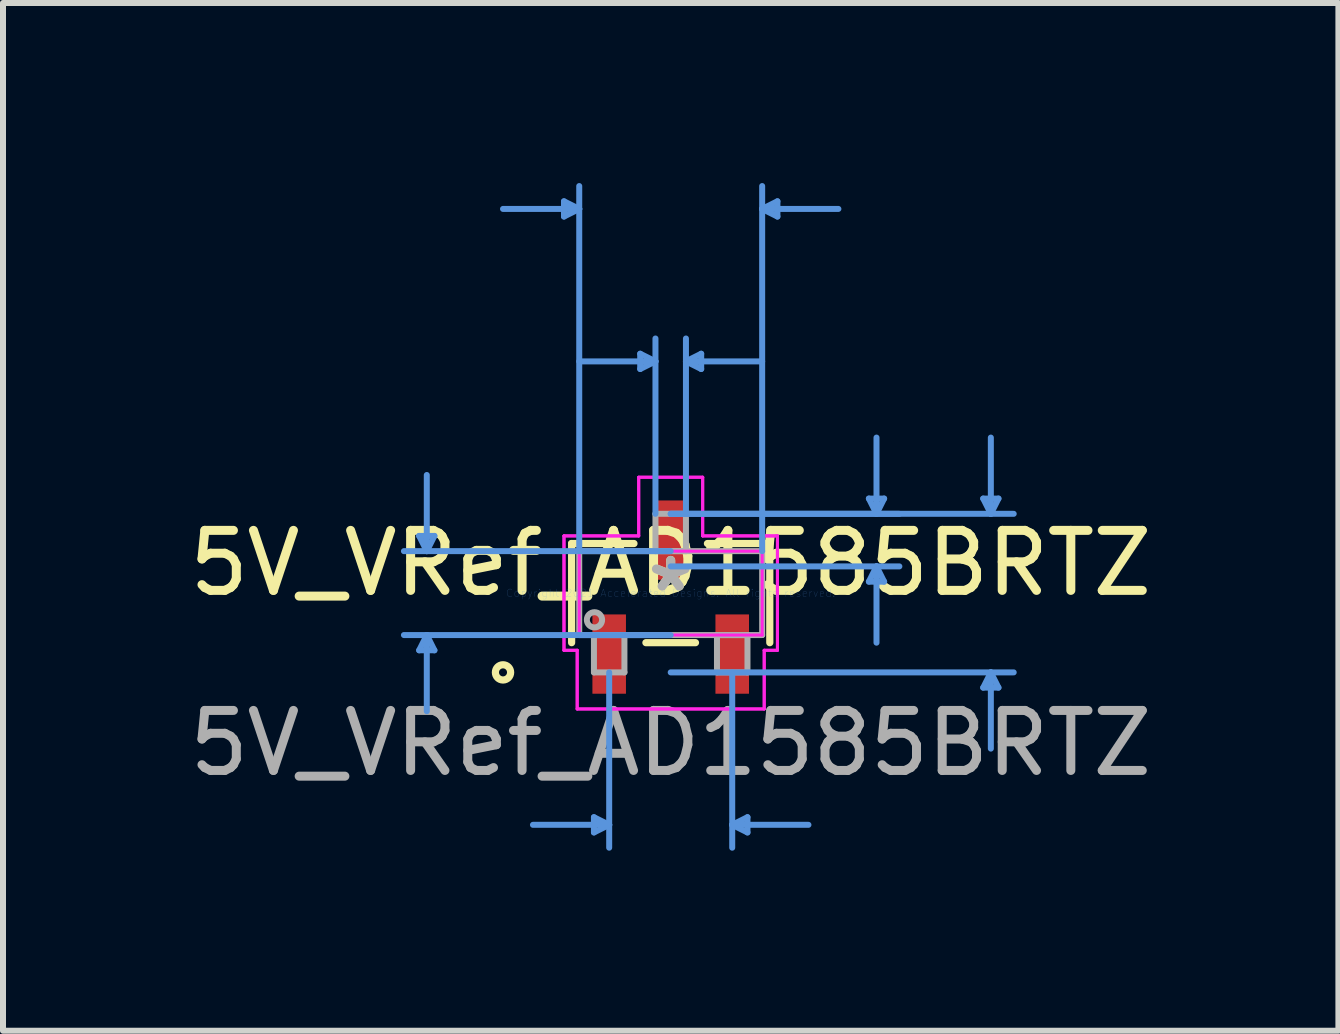
<source format=kicad_pcb>
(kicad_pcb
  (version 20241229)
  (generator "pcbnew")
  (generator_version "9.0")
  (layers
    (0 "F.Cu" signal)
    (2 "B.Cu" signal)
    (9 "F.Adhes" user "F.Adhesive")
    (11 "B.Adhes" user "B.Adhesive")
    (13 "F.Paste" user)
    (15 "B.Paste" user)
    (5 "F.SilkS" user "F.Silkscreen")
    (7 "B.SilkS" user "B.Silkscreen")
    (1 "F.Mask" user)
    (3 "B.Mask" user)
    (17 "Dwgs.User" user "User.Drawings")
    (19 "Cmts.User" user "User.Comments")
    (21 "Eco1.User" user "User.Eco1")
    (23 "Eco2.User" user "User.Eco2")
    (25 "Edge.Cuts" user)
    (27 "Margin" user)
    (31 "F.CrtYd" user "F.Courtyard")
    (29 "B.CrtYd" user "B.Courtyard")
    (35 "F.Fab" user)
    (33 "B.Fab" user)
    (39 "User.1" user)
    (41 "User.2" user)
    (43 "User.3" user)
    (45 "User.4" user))
  (footprint "5V_VRef_AD1585BRTZ"
    (layer "F.Cu")
    (at 8.125 6.832)
    (property "Reference" "5V_VRef_AD1585BRTZ" (at 0 -0.5 0) (unlocked yes) (layer "F.SilkS") (effects (font (size 1 1) (thickness 0.15))))
    (attr smd)
    (fp_line (start -1.651 -0.826) (end -1.651 0.826) (stroke (width 0.12) (type solid)) (layer "F.SilkS"))
    (fp_line (start -0.612 -0.826) (end -1.651 -0.826) (stroke (width 0.12) (type solid)) (layer "F.SilkS"))
    (fp_line (start -0.413 0.826) (end 0.413 0.826) (stroke (width 0.12) (type solid)) (layer "F.SilkS"))
    (fp_line (start 1.651 -0.826) (end 0.612 -0.826) (stroke (width 0.12) (type solid)) (layer "F.SilkS"))
    (fp_line (start 1.651 0.826) (end 1.651 -0.826) (stroke (width 0.12) (type solid)) (layer "F.SilkS"))
    (fp_circle (center -2.794 1.321) (end -2.667 1.321) (stroke (width 0.12) (type solid)) (fill no) (layer "F.SilkS"))
    (fp_line (start -4.191 -0.953) (end -3.937 -0.953) (stroke (width 0.1) (type solid)) (layer "Cmts.User"))
    (fp_line (start -4.191 0.953) (end -3.937 0.953) (stroke (width 0.1) (type solid)) (layer "Cmts.User"))
    (fp_line (start -4.064 -0.699) (end -4.191 -0.953) (stroke (width 0.1) (type solid)) (layer "Cmts.User"))
    (fp_line (start -4.064 -0.699) (end -4.064 -1.968) (stroke (width 0.1) (type solid)) (layer "Cmts.User"))
    (fp_line (start -4.064 -0.699) (end -3.937 -0.953) (stroke (width 0.1) (type solid)) (layer "Cmts.User"))
    (fp_line (start -4.064 0.699) (end -4.191 0.953) (stroke (width 0.1) (type solid)) (layer "Cmts.User"))
    (fp_line (start -4.064 0.699) (end -4.064 1.968) (stroke (width 0.1) (type solid)) (layer "Cmts.User"))
    (fp_line (start -4.064 0.699) (end -3.937 0.953) (stroke (width 0.1) (type solid)) (layer "Cmts.User"))
    (fp_line (start -1.778 -6.528) (end -1.778 -6.274) (stroke (width 0.1) (type solid)) (layer "Cmts.User"))
    (fp_line (start -1.524 -6.401) (end -2.794 -6.401) (stroke (width 0.1) (type solid)) (layer "Cmts.User"))
    (fp_line (start -1.524 -6.401) (end -1.778 -6.528) (stroke (width 0.1) (type solid)) (layer "Cmts.User"))
    (fp_line (start -1.524 -6.401) (end -1.778 -6.274) (stroke (width 0.1) (type solid)) (layer "Cmts.User"))
    (fp_line (start -1.524 -0.699) (end -1.524 -6.782) (stroke (width 0.1) (type solid)) (layer "Cmts.User"))
    (fp_line (start -1.279 3.734) (end -1.279 3.988) (stroke (width 0.1) (type solid)) (layer "Cmts.User"))
    (fp_line (start -1.025 1.321) (end -1.025 4.242) (stroke (width 0.1) (type solid)) (layer "Cmts.User"))
    (fp_line (start -1.025 3.861) (end -2.295 3.861) (stroke (width 0.1) (type solid)) (layer "Cmts.User"))
    (fp_line (start -1.025 3.861) (end -1.279 3.734) (stroke (width 0.1) (type solid)) (layer "Cmts.User"))
    (fp_line (start -1.025 3.861) (end -1.279 3.988) (stroke (width 0.1) (type solid)) (layer "Cmts.User"))
    (fp_line (start -0.508 -3.988) (end -0.508 -3.734) (stroke (width 0.1) (type solid)) (layer "Cmts.User"))
    (fp_line (start -0.254 -3.861) (end -1.524 -3.861) (stroke (width 0.1) (type solid)) (layer "Cmts.User"))
    (fp_line (start -0.254 -3.861) (end -0.508 -3.988) (stroke (width 0.1) (type solid)) (layer "Cmts.User"))
    (fp_line (start -0.254 -3.861) (end -0.508 -3.734) (stroke (width 0.1) (type solid)) (layer "Cmts.User"))
    (fp_line (start -0.254 -1.321) (end -0.254 -4.242) (stroke (width 0.1) (type solid)) (layer "Cmts.User"))
    (fp_line (start 0 -1.321) (end 3.81 -1.321) (stroke (width 0.1) (type solid)) (layer "Cmts.User"))
    (fp_line (start 0 -1.321) (end 5.715 -1.321) (stroke (width 0.1) (type solid)) (layer "Cmts.User"))
    (fp_line (start 0 -0.699) (end -4.445 -0.699) (stroke (width 0.1) (type solid)) (layer "Cmts.User"))
    (fp_line (start 0 -0.445) (end 3.81 -0.445) (stroke (width 0.1) (type solid)) (layer "Cmts.User"))
    (fp_line (start 0 0.699) (end -4.445 0.699) (stroke (width 0.1) (type solid)) (layer "Cmts.User"))
    (fp_line (start 0 1.321) (end 5.715 1.321) (stroke (width 0.1) (type solid)) (layer "Cmts.User"))
    (fp_line (start 0.254 -3.861) (end 0.508 -3.988) (stroke (width 0.1) (type solid)) (layer "Cmts.User"))
    (fp_line (start 0.254 -3.861) (end 0.508 -3.734) (stroke (width 0.1) (type solid)) (layer "Cmts.User"))
    (fp_line (start 0.254 -3.861) (end 1.524 -3.861) (stroke (width 0.1) (type solid)) (layer "Cmts.User"))
    (fp_line (start 0.254 -1.321) (end 0.254 -4.242) (stroke (width 0.1) (type solid)) (layer "Cmts.User"))
    (fp_line (start 0.508 -3.988) (end 0.508 -3.734) (stroke (width 0.1) (type solid)) (layer "Cmts.User"))
    (fp_line (start 1.025 1.321) (end 1.025 4.242) (stroke (width 0.1) (type solid)) (layer "Cmts.User"))
    (fp_line (start 1.025 3.861) (end 1.279 3.734) (stroke (width 0.1) (type solid)) (layer "Cmts.User"))
    (fp_line (start 1.025 3.861) (end 1.279 3.988) (stroke (width 0.1) (type solid)) (layer "Cmts.User"))
    (fp_line (start 1.025 3.861) (end 2.295 3.861) (stroke (width 0.1) (type solid)) (layer "Cmts.User"))
    (fp_line (start 1.279 3.734) (end 1.279 3.988) (stroke (width 0.1) (type solid)) (layer "Cmts.User"))
    (fp_line (start 1.524 -6.401) (end 1.778 -6.528) (stroke (width 0.1) (type solid)) (layer "Cmts.User"))
    (fp_line (start 1.524 -6.401) (end 1.778 -6.274) (stroke (width 0.1) (type solid)) (layer "Cmts.User"))
    (fp_line (start 1.524 -6.401) (end 2.794 -6.401) (stroke (width 0.1) (type solid)) (layer "Cmts.User"))
    (fp_line (start 1.524 -0.699) (end 1.524 -6.782) (stroke (width 0.1) (type solid)) (layer "Cmts.User"))
    (fp_line (start 1.778 -6.528) (end 1.778 -6.274) (stroke (width 0.1) (type solid)) (layer "Cmts.User"))
    (fp_line (start 3.302 -1.575) (end 3.556 -1.575) (stroke (width 0.1) (type solid)) (layer "Cmts.User"))
    (fp_line (start 3.302 -0.191) (end 3.556 -0.191) (stroke (width 0.1) (type solid)) (layer "Cmts.User"))
    (fp_line (start 3.429 -1.321) (end 3.302 -1.575) (stroke (width 0.1) (type solid)) (layer "Cmts.User"))
    (fp_line (start 3.429 -1.321) (end 3.429 -2.591) (stroke (width 0.1) (type solid)) (layer "Cmts.User"))
    (fp_line (start 3.429 -1.321) (end 3.556 -1.575) (stroke (width 0.1) (type solid)) (layer "Cmts.User"))
    (fp_line (start 3.429 -0.445) (end 3.302 -0.191) (stroke (width 0.1) (type solid)) (layer "Cmts.User"))
    (fp_line (start 3.429 -0.445) (end 3.429 0.826) (stroke (width 0.1) (type solid)) (layer "Cmts.User"))
    (fp_line (start 3.429 -0.445) (end 3.556 -0.191) (stroke (width 0.1) (type solid)) (layer "Cmts.User"))
    (fp_line (start 5.207 -1.575) (end 5.461 -1.575) (stroke (width 0.1) (type solid)) (layer "Cmts.User"))
    (fp_line (start 5.207 1.575) (end 5.461 1.575) (stroke (width 0.1) (type solid)) (layer "Cmts.User"))
    (fp_line (start 5.334 -1.321) (end 5.207 -1.575) (stroke (width 0.1) (type solid)) (layer "Cmts.User"))
    (fp_line (start 5.334 -1.321) (end 5.334 -2.591) (stroke (width 0.1) (type solid)) (layer "Cmts.User"))
    (fp_line (start 5.334 -1.321) (end 5.461 -1.575) (stroke (width 0.1) (type solid)) (layer "Cmts.User"))
    (fp_line (start 5.334 1.321) (end 5.207 1.575) (stroke (width 0.1) (type solid)) (layer "Cmts.User"))
    (fp_line (start 5.334 1.321) (end 5.334 2.591) (stroke (width 0.1) (type solid)) (layer "Cmts.User"))
    (fp_line (start 5.334 1.321) (end 5.461 1.575) (stroke (width 0.1) (type solid)) (layer "Cmts.User"))
    (fp_line (start -1.778 -0.953) (end -0.533 -0.953) (stroke (width 0.05) (type solid)) (layer "F.CrtYd"))
    (fp_line (start -1.778 -0.953) (end -0.533 -0.953) (stroke (width 0.05) (type solid)) (layer "F.CrtYd"))
    (fp_line (start -1.778 0.953) (end -1.778 -0.953) (stroke (width 0.05) (type solid)) (layer "F.CrtYd"))
    (fp_line (start -1.778 0.953) (end -1.778 -0.953) (stroke (width 0.05) (type solid)) (layer "F.CrtYd"))
    (fp_line (start -1.778 0.953) (end -1.558 0.953) (stroke (width 0.05) (type solid)) (layer "F.CrtYd"))
    (fp_line (start -1.558 0.953) (end -1.778 0.953) (stroke (width 0.05) (type solid)) (layer "F.CrtYd"))
    (fp_line (start -1.558 0.953) (end -1.558 1.93) (stroke (width 0.05) (type solid)) (layer "F.CrtYd"))
    (fp_line (start -1.558 1.93) (end -1.558 0.953) (stroke (width 0.05) (type solid)) (layer "F.CrtYd"))
    (fp_line (start -1.558 1.93) (end 1.558 1.93) (stroke (width 0.05) (type solid)) (layer "F.CrtYd"))
    (fp_line (start -1.524 -0.699) (end 1.524 -0.699) (stroke (width 0.05) (type solid)) (layer "F.CrtYd"))
    (fp_line (start -1.524 0.699) (end -1.524 -0.699) (stroke (width 0.05) (type solid)) (layer "F.CrtYd"))
    (fp_line (start -0.533 -1.93) (end 0.533 -1.93) (stroke (width 0.05) (type solid)) (layer "F.CrtYd"))
    (fp_line (start -0.533 -1.93) (end 0.533 -1.93) (stroke (width 0.05) (type solid)) (layer "F.CrtYd"))
    (fp_line (start -0.533 -0.953) (end -0.533 -1.93) (stroke (width 0.05) (type solid)) (layer "F.CrtYd"))
    (fp_line (start -0.533 -0.953) (end -0.533 -1.93) (stroke (width 0.05) (type solid)) (layer "F.CrtYd"))
    (fp_line (start 0.533 -1.93) (end 0.533 -0.953) (stroke (width 0.05) (type solid)) (layer "F.CrtYd"))
    (fp_line (start 0.533 -0.953) (end 0.533 -1.93) (stroke (width 0.05) (type solid)) (layer "F.CrtYd"))
    (fp_line (start 0.533 -0.953) (end 1.778 -0.953) (stroke (width 0.05) (type solid)) (layer "F.CrtYd"))
    (fp_line (start 1.524 -0.699) (end 1.524 0.699) (stroke (width 0.05) (type solid)) (layer "F.CrtYd"))
    (fp_line (start 1.524 0.699) (end -1.524 0.699) (stroke (width 0.05) (type solid)) (layer "F.CrtYd"))
    (fp_line (start 1.558 0.953) (end 1.558 1.93) (stroke (width 0.05) (type solid)) (layer "F.CrtYd"))
    (fp_line (start 1.558 0.953) (end 1.558 1.93) (stroke (width 0.05) (type solid)) (layer "F.CrtYd"))
    (fp_line (start 1.558 1.93) (end -1.558 1.93) (stroke (width 0.05) (type solid)) (layer "F.CrtYd"))
    (fp_line (start 1.778 -0.953) (end 0.533 -0.953) (stroke (width 0.05) (type solid)) (layer "F.CrtYd"))
    (fp_line (start 1.778 -0.953) (end 1.778 0.953) (stroke (width 0.05) (type solid)) (layer "F.CrtYd"))
    (fp_line (start 1.778 -0.953) (end 1.778 0.953) (stroke (width 0.05) (type solid)) (layer "F.CrtYd"))
    (fp_line (start 1.778 0.953) (end 1.558 0.953) (stroke (width 0.05) (type solid)) (layer "F.CrtYd"))
    (fp_line (start 1.778 0.953) (end 1.558 0.953) (stroke (width 0.05) (type solid)) (layer "F.CrtYd"))
    (fp_line (start -1.524 -0.699) (end -1.524 0.699) (stroke (width 0.1) (type solid)) (layer "F.Fab"))
    (fp_line (start -1.524 0.699) (end 1.524 0.699) (stroke (width 0.1) (type solid)) (layer "F.Fab"))
    (fp_line (start -1.279 0.699) (end -1.279 1.321) (stroke (width 0.1) (type solid)) (layer "F.Fab"))
    (fp_line (start -1.279 1.321) (end -0.771 1.321) (stroke (width 0.1) (type solid)) (layer "F.Fab"))
    (fp_line (start -0.771 0.699) (end -1.279 0.699) (stroke (width 0.1) (type solid)) (layer "F.Fab"))
    (fp_line (start -0.771 1.321) (end -0.771 0.699) (stroke (width 0.1) (type solid)) (layer "F.Fab"))
    (fp_line (start -0.254 -1.321) (end -0.254 -0.699) (stroke (width 0.1) (type solid)) (layer "F.Fab"))
    (fp_line (start -0.254 -0.699) (end 0.254 -0.699) (stroke (width 0.1) (type solid)) (layer "F.Fab"))
    (fp_line (start 0.254 -1.321) (end -0.254 -1.321) (stroke (width 0.1) (type solid)) (layer "F.Fab"))
    (fp_line (start 0.254 -0.699) (end 0.254 -1.321) (stroke (width 0.1) (type solid)) (layer "F.Fab"))
    (fp_line (start 0.771 0.699) (end 0.771 1.321) (stroke (width 0.1) (type solid)) (layer "F.Fab"))
    (fp_line (start 0.771 1.321) (end 1.279 1.321) (stroke (width 0.1) (type solid)) (layer "F.Fab"))
    (fp_line (start 1.279 0.699) (end 0.771 0.699) (stroke (width 0.1) (type solid)) (layer "F.Fab"))
    (fp_line (start 1.279 1.321) (end 1.279 0.699) (stroke (width 0.1) (type solid)) (layer "F.Fab"))
    (fp_line (start 1.524 -0.699) (end -1.524 -0.699) (stroke (width 0.1) (type solid)) (layer "F.Fab"))
    (fp_line (start 1.524 0.699) (end 1.524 -0.699) (stroke (width 0.1) (type solid)) (layer "F.Fab"))
    (fp_circle (center -1.27 0.445) (end -1.143 0.445) (stroke (width 0.1) (type solid)) (fill no) (layer "F.Fab"))
    (fp_text user "*" (at 0 0 0) (layer "F.SilkS") (effects (font (size 1 1) (thickness 0.15))))
    (fp_text user "Copyright 2021 Accelerated Designs. All rights reserved." (at 0 0 0) (layer "Cmts.User") (effects (font (size 0.127 0.127) (thickness 0.002))))
    (fp_text user "*" (at 0 0 0) (layer "F.Fab") (effects (font (size 1 1) (thickness 0.15))))
    (fp_text user "${REFERENCE}" (at 0 2.5 0) (unlocked yes) (layer "F.Fab") (effects (font (size 1 1) (thickness 0.15))))
    (pad "1" smd rect (at -1.025 1.016) (size 0.559 1.321) (layers "F.Cu" "F.Mask" "F.Paste"))
    (pad "2" smd rect (at 1.025 1.016) (size 0.559 1.321) (layers "F.Cu" "F.Mask" "F.Paste"))
    (pad "3" smd rect (at 0 -0.883) (size 0.559 1.321) (layers "F.Cu" "F.Mask" "F.Paste")))
  (gr_rect
    (start -3 -3)
    (end 19.25 14.124)
    (stroke (width 0.1) (type default))
    (fill no)
    (layer "Edge.Cuts")))
</source>
